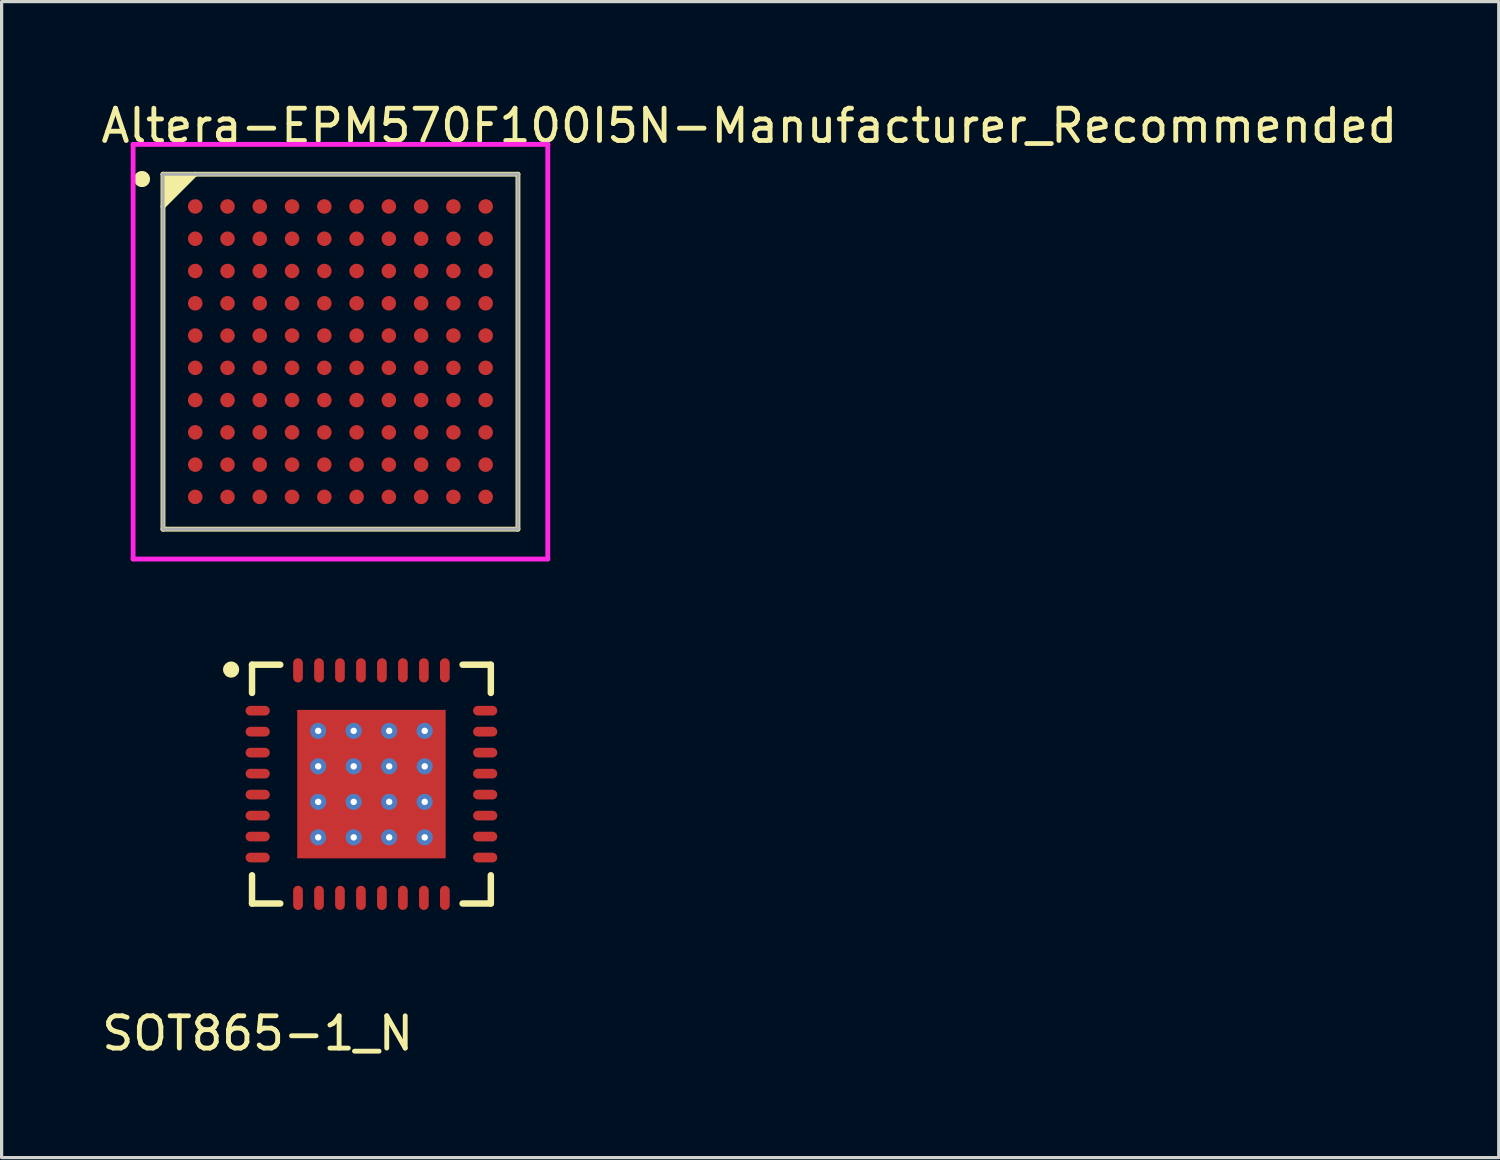
<source format=kicad_pcb>
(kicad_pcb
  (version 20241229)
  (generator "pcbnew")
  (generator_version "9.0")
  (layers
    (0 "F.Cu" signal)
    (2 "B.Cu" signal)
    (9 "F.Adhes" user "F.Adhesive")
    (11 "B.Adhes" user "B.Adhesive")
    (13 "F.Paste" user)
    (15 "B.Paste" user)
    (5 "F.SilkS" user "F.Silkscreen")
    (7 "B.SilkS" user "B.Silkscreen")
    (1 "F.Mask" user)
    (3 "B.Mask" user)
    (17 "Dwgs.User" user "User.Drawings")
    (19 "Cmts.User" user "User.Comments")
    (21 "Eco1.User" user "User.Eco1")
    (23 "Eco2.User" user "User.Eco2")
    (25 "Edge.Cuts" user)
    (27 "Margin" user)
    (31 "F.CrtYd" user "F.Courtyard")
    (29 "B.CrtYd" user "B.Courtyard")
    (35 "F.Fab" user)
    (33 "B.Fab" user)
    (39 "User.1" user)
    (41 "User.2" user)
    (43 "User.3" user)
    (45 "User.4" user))
  (footprint "SOT865-1_N"
    (layer "F.Cu")
    (at 4.935 18.973)
    (property "Reference" "SOT865-1_N" (at 0 10 0) (layer "F.SilkS") (effects (font (size 1 1) (thickness 0.15))))
    (attr through_hole)
    (fp_line (start -0.175 -1.425) (end 0.7 -1.425) (stroke (width 0.2) (type solid)) (layer "F.SilkS"))
    (fp_line (start -0.175 -0.55) (end -0.175 -1.425) (stroke (width 0.2) (type solid)) (layer "F.SilkS"))
    (fp_line (start -0.175 5.1) (end -0.175 5.975) (stroke (width 0.2) (type solid)) (layer "F.SilkS"))
    (fp_line (start -0.175 5.975) (end 0.7 5.975) (stroke (width 0.2) (type solid)) (layer "F.SilkS"))
    (fp_line (start 6.35 -1.425) (end 7.225 -1.425) (stroke (width 0.2) (type solid)) (layer "F.SilkS"))
    (fp_line (start 6.35 5.975) (end 7.225 5.975) (stroke (width 0.2) (type solid)) (layer "F.SilkS"))
    (fp_line (start 7.225 -1.425) (end 7.225 -0.55) (stroke (width 0.2) (type solid)) (layer "F.SilkS"))
    (fp_line (start 7.225 5.975) (end 7.225 5.1) (stroke (width 0.2) (type solid)) (layer "F.SilkS"))
    (fp_arc (start -0.699033 -1.273378) (mid -0.949029 -1.274648) (end -0.699033 -1.275918) (stroke (width 0.249999) (type solid)) (layer "F.SilkS"))
    (pad "1" smd oval (at -0.000025 -0.000076 90) (size 0.3 0.75) (layers "F.Cu" "F.Mask" "F.Paste"))
    (pad "2" smd oval (at -0.000025 0.65 90) (size 0.3 0.75) (layers "F.Cu" "F.Mask" "F.Paste"))
    (pad "3" smd oval (at -0.000025 1.3 90) (size 0.3 0.75) (layers "F.Cu" "F.Mask" "F.Paste"))
    (pad "4" smd oval (at -0.000025 1.95 90) (size 0.3 0.75) (layers "F.Cu" "F.Mask" "F.Paste"))
    (pad "5" smd oval (at -0.000025 2.6 90) (size 0.3 0.75) (layers "F.Cu" "F.Mask" "F.Paste"))
    (pad "6" smd oval (at -0.000025 3.25 90) (size 0.3 0.75) (layers "F.Cu" "F.Mask" "F.Paste"))
    (pad "7" smd oval (at -0.000025 3.9 90) (size 0.3 0.75) (layers "F.Cu" "F.Mask" "F.Paste"))
    (pad "8" smd oval (at -0.000025 4.55 90) (size 0.3 0.75) (layers "F.Cu" "F.Mask" "F.Paste"))
    (pad "9" smd oval (at 1.25 5.8) (size 0.3 0.75) (layers "F.Cu" "F.Mask" "F.Paste"))
    (pad "10" smd oval (at 1.9 5.8) (size 0.3 0.75) (layers "F.Cu" "F.Mask" "F.Paste"))
    (pad "11" smd oval (at 2.55 5.8) (size 0.3 0.75) (layers "F.Cu" "F.Mask" "F.Paste"))
    (pad "12" smd oval (at 3.2 5.8) (size 0.3 0.75) (layers "F.Cu" "F.Mask" "F.Paste"))
    (pad "13" smd oval (at 3.85 5.8) (size 0.3 0.75) (layers "F.Cu" "F.Mask" "F.Paste"))
    (pad "14" smd oval (at 4.5 5.8) (size 0.3 0.75) (layers "F.Cu" "F.Mask" "F.Paste"))
    (pad "15" smd oval (at 5.15 5.8) (size 0.3 0.75) (layers "F.Cu" "F.Mask" "F.Paste"))
    (pad "16" smd oval (at 5.8 5.8) (size 0.3 0.75) (layers "F.Cu" "F.Mask" "F.Paste"))
    (pad "17" smd oval (at 7.05 4.55 90) (size 0.3 0.75) (layers "F.Cu" "F.Mask" "F.Paste"))
    (pad "18" smd oval (at 7.05 3.9 90) (size 0.3 0.75) (layers "F.Cu" "F.Mask" "F.Paste"))
    (pad "19" smd oval (at 7.05 3.25 90) (size 0.3 0.75) (layers "F.Cu" "F.Mask" "F.Paste"))
    (pad "20" smd oval (at 7.05 2.6 90) (size 0.3 0.75) (layers "F.Cu" "F.Mask" "F.Paste"))
    (pad "21" smd oval (at 7.05 1.95 90) (size 0.3 0.75) (layers "F.Cu" "F.Mask" "F.Paste"))
    (pad "22" smd oval (at 7.05 1.3 90) (size 0.3 0.75) (layers "F.Cu" "F.Mask" "F.Paste"))
    (pad "23" smd oval (at 7.05 0.65 90) (size 0.3 0.75) (layers "F.Cu" "F.Mask" "F.Paste"))
    (pad "24" smd oval (at 7.05 -0.000076 90) (size 0.3 0.75) (layers "F.Cu" "F.Mask" "F.Paste"))
    (pad "25" smd oval (at 5.8 -1.25) (size 0.3 0.75) (layers "F.Cu" "F.Mask" "F.Paste"))
    (pad "26" smd oval (at 5.15 -1.25) (size 0.3 0.75) (layers "F.Cu" "F.Mask" "F.Paste"))
    (pad "27" smd oval (at 4.5 -1.25) (size 0.3 0.75) (layers "F.Cu" "F.Mask" "F.Paste"))
    (pad "28" smd oval (at 3.85 -1.25) (size 0.3 0.75) (layers "F.Cu" "F.Mask" "F.Paste"))
    (pad "29" smd oval (at 3.2 -1.25) (size 0.3 0.75) (layers "F.Cu" "F.Mask" "F.Paste"))
    (pad "30" smd oval (at 2.55 -1.25) (size 0.3 0.75) (layers "F.Cu" "F.Mask" "F.Paste"))
    (pad "31" smd oval (at 1.9 -1.25) (size 0.3 0.75) (layers "F.Cu" "F.Mask" "F.Paste"))
    (pad "32" smd oval (at 1.25 -1.25) (size 0.3 0.75) (layers "F.Cu" "F.Mask" "F.Paste"))
    (pad "33" thru_hole circle (at 1.875 0.625) (size 0.5 0.5) (drill 0.2) (layers "*.Cu"))
    (pad "33" thru_hole circle (at 1.875 1.725) (size 0.5 0.5) (drill 0.2) (layers "*.Cu"))
    (pad "33" thru_hole circle (at 1.875 2.825) (size 0.5 0.5) (drill 0.2) (layers "*.Cu"))
    (pad "33" thru_hole circle (at 1.875 3.925) (size 0.5 0.5) (drill 0.2) (layers "*.Cu"))
    (pad "33" thru_hole circle (at 2.975 0.625) (size 0.5 0.5) (drill 0.2) (layers "*.Cu"))
    (pad "33" thru_hole circle (at 2.975 1.725) (size 0.5 0.5) (drill 0.2) (layers "*.Cu"))
    (pad "33" thru_hole circle (at 2.975 2.825) (size 0.5 0.5) (drill 0.2) (layers "*.Cu"))
    (pad "33" thru_hole circle (at 2.975 3.925) (size 0.5 0.5) (drill 0.2) (layers "*.Cu"))
    (pad "33" smd rect (at 3.525 2.275) (size 4.6 4.6) (layers "F.Cu" "F.Mask" "F.Paste"))
    (pad "33" thru_hole circle (at 4.075 0.625) (size 0.5 0.5) (drill 0.2) (layers "*.Cu"))
    (pad "33" thru_hole circle (at 4.075 1.725) (size 0.5 0.5) (drill 0.2) (layers "*.Cu"))
    (pad "33" thru_hole circle (at 4.075 2.825) (size 0.5 0.5) (drill 0.2) (layers "*.Cu"))
    (pad "33" thru_hole circle (at 4.075 3.925) (size 0.5 0.5) (drill 0.2) (layers "*.Cu"))
    (pad "33" thru_hole circle (at 5.175 0.625) (size 0.5 0.5) (drill 0.2) (layers "*.Cu"))
    (pad "33" thru_hole circle (at 5.175 1.725) (size 0.5 0.5) (drill 0.2) (layers "*.Cu"))
    (pad "33" thru_hole circle (at 5.175 2.825) (size 0.5 0.5) (drill 0.2) (layers "*.Cu"))
    (pad "33" thru_hole circle (at 5.175 3.925) (size 0.5 0.5) (drill 0.2) (layers "*.Cu")))
  (footprint "Altera-EPM570F100I5N-Manufacturer_Recommended"
    (layer "F.Cu")
    (at 7.5 7.848)
    (property "Reference" "Altera-EPM570F100I5N-Manufacturer_Recommended" (at -7.5 -7 0) (layer "F.SilkS") (effects (font (size 1 1) (thickness 0.15)) (justify left)))
    (attr through_hole)
    (fp_line (start -5.5 -5.5) (end 5.5 -5.5) (stroke (width 0.15) (type solid)) (layer "F.SilkS"))
    (fp_line (start -5.5 -4.5) (end -4.5 -5.5) (stroke (width 0.15) (type solid)) (layer "F.SilkS"))
    (fp_line (start -5.5 5.5) (end -5.5 -5.5) (stroke (width 0.15) (type solid)) (layer "F.SilkS"))
    (fp_line (start -5.5 5.5) (end 5.5 5.5) (stroke (width 0.15) (type solid)) (layer "F.SilkS"))
    (fp_line (start 5.5 5.5) (end 5.5 -5.5) (stroke (width 0.15) (type solid)) (layer "F.SilkS"))
    (fp_circle (center -6.15 -5.35) (end -6.025 -5.35) (stroke (width 0.25) (type solid)) (fill no) (layer "F.SilkS"))
    (fp_poly (pts (xy -4.5 -5.5) (xy -5.5 -4.5) (xy -5.5 -5.5)) (stroke (width 0) (type solid)) (fill yes) (layer "F.SilkS"))
    (fp_line (start -6.425 -6.425) (end -6.425 6.425) (stroke (width 0.15) (type solid)) (layer "F.CrtYd"))
    (fp_line (start -6.425 6.425) (end 6.425 6.425) (stroke (width 0.15) (type solid)) (layer "F.CrtYd"))
    (fp_line (start 6.425 -6.425) (end -6.425 -6.425) (stroke (width 0.15) (type solid)) (layer "F.CrtYd"))
    (fp_line (start 6.425 -6.425) (end 6.425 -6.425) (stroke (width 0.15) (type solid)) (layer "F.CrtYd"))
    (fp_line (start 6.425 6.425) (end 6.425 -6.425) (stroke (width 0.15) (type solid)) (layer "F.CrtYd"))
    (fp_line (start -5.5 -5.5) (end 5.5 -5.5) (stroke (width 0.1) (type solid)) (layer "F.Fab"))
    (fp_line (start -5.5 5.5) (end -5.5 -5.5) (stroke (width 0.1) (type solid)) (layer "F.Fab"))
    (fp_line (start -5.5 5.5) (end 5.5 5.5) (stroke (width 0.1) (type solid)) (layer "F.Fab"))
    (fp_line (start 5.5 5.5) (end 5.5 -5.5) (stroke (width 0.1) (type solid)) (layer "F.Fab"))
    (pad "A1" smd circle (at -4.5 -4.5) (size 0.45 0.45) (layers "F.Cu" "F.Mask" "F.Paste"))
    (pad "A2" smd circle (at -3.5 -4.5) (size 0.45 0.45) (layers "F.Cu" "F.Mask" "F.Paste"))
    (pad "A3" smd circle (at -2.5 -4.5) (size 0.45 0.45) (layers "F.Cu" "F.Mask" "F.Paste"))
    (pad "A4" smd circle (at -1.5 -4.5) (size 0.45 0.45) (layers "F.Cu" "F.Mask" "F.Paste"))
    (pad "A5" smd circle (at -0.5 -4.5) (size 0.45 0.45) (layers "F.Cu" "F.Mask" "F.Paste"))
    (pad "A6" smd circle (at 0.5 -4.5) (size 0.45 0.45) (layers "F.Cu" "F.Mask" "F.Paste"))
    (pad "A7" smd circle (at 1.5 -4.5) (size 0.45 0.45) (layers "F.Cu" "F.Mask" "F.Paste"))
    (pad "A8" smd circle (at 2.5 -4.5) (size 0.45 0.45) (layers "F.Cu" "F.Mask" "F.Paste"))
    (pad "A9" smd circle (at 3.5 -4.5) (size 0.45 0.45) (layers "F.Cu" "F.Mask" "F.Paste"))
    (pad "A10" smd circle (at 4.5 -4.5) (size 0.45 0.45) (layers "F.Cu" "F.Mask" "F.Paste"))
    (pad "B1" smd circle (at -4.5 -3.5) (size 0.45 0.45) (layers "F.Cu" "F.Mask" "F.Paste"))
    (pad "B2" smd circle (at -3.5 -3.5) (size 0.45 0.45) (layers "F.Cu" "F.Mask" "F.Paste"))
    (pad "B3" smd circle (at -2.5 -3.5) (size 0.45 0.45) (layers "F.Cu" "F.Mask" "F.Paste"))
    (pad "B4" smd circle (at -1.5 -3.5) (size 0.45 0.45) (layers "F.Cu" "F.Mask" "F.Paste"))
    (pad "B5" smd circle (at -0.5 -3.5) (size 0.45 0.45) (layers "F.Cu" "F.Mask" "F.Paste"))
    (pad "B6" smd circle (at 0.5 -3.5) (size 0.45 0.45) (layers "F.Cu" "F.Mask" "F.Paste"))
    (pad "B7" smd circle (at 1.5 -3.5) (size 0.45 0.45) (layers "F.Cu" "F.Mask" "F.Paste"))
    (pad "B8" smd circle (at 2.5 -3.5) (size 0.45 0.45) (layers "F.Cu" "F.Mask" "F.Paste"))
    (pad "B9" smd circle (at 3.5 -3.5) (size 0.45 0.45) (layers "F.Cu" "F.Mask" "F.Paste"))
    (pad "B10" smd circle (at 4.5 -3.5) (size 0.45 0.45) (layers "F.Cu" "F.Mask" "F.Paste"))
    (pad "C1" smd circle (at -4.5 -2.5) (size 0.45 0.45) (layers "F.Cu" "F.Mask" "F.Paste"))
    (pad "C2" smd circle (at -3.5 -2.5) (size 0.45 0.45) (layers "F.Cu" "F.Mask" "F.Paste"))
    (pad "C3" smd circle (at -2.5 -2.5) (size 0.45 0.45) (layers "F.Cu" "F.Mask" "F.Paste"))
    (pad "C4" smd circle (at -1.5 -2.5) (size 0.45 0.45) (layers "F.Cu" "F.Mask" "F.Paste"))
    (pad "C5" smd circle (at -0.5 -2.5) (size 0.45 0.45) (layers "F.Cu" "F.Mask" "F.Paste"))
    (pad "C6" smd circle (at 0.5 -2.5) (size 0.45 0.45) (layers "F.Cu" "F.Mask" "F.Paste"))
    (pad "C7" smd circle (at 1.5 -2.5) (size 0.45 0.45) (layers "F.Cu" "F.Mask" "F.Paste"))
    (pad "C8" smd circle (at 2.5 -2.5) (size 0.45 0.45) (layers "F.Cu" "F.Mask" "F.Paste"))
    (pad "C9" smd circle (at 3.5 -2.5) (size 0.45 0.45) (layers "F.Cu" "F.Mask" "F.Paste"))
    (pad "C10" smd circle (at 4.5 -2.5) (size 0.45 0.45) (layers "F.Cu" "F.Mask" "F.Paste"))
    (pad "D1" smd circle (at -4.5 -1.5) (size 0.45 0.45) (layers "F.Cu" "F.Mask" "F.Paste"))
    (pad "D2" smd circle (at -3.5 -1.5) (size 0.45 0.45) (layers "F.Cu" "F.Mask" "F.Paste"))
    (pad "D3" smd circle (at -2.5 -1.5) (size 0.45 0.45) (layers "F.Cu" "F.Mask" "F.Paste"))
    (pad "D4" smd circle (at -1.5 -1.5) (size 0.45 0.45) (layers "F.Cu" "F.Mask" "F.Paste"))
    (pad "D5" smd circle (at -0.5 -1.5) (size 0.45 0.45) (layers "F.Cu" "F.Mask" "F.Paste"))
    (pad "D6" smd circle (at 0.5 -1.5) (size 0.45 0.45) (layers "F.Cu" "F.Mask" "F.Paste"))
    (pad "D7" smd circle (at 1.5 -1.5) (size 0.45 0.45) (layers "F.Cu" "F.Mask" "F.Paste"))
    (pad "D8" smd circle (at 2.5 -1.5) (size 0.45 0.45) (layers "F.Cu" "F.Mask" "F.Paste"))
    (pad "D9" smd circle (at 3.5 -1.5) (size 0.45 0.45) (layers "F.Cu" "F.Mask" "F.Paste"))
    (pad "D10" smd circle (at 4.5 -1.5) (size 0.45 0.45) (layers "F.Cu" "F.Mask" "F.Paste"))
    (pad "E1" smd circle (at -4.5 -0.5) (size 0.45 0.45) (layers "F.Cu" "F.Mask" "F.Paste"))
    (pad "E2" smd circle (at -3.5 -0.5) (size 0.45 0.45) (layers "F.Cu" "F.Mask" "F.Paste"))
    (pad "E3" smd circle (at -2.5 -0.5) (size 0.45 0.45) (layers "F.Cu" "F.Mask" "F.Paste"))
    (pad "E4" smd circle (at -1.5 -0.5) (size 0.45 0.45) (layers "F.Cu" "F.Mask" "F.Paste"))
    (pad "E5" smd circle (at -0.5 -0.5) (size 0.45 0.45) (layers "F.Cu" "F.Mask" "F.Paste"))
    (pad "E6" smd circle (at 0.5 -0.5) (size 0.45 0.45) (layers "F.Cu" "F.Mask" "F.Paste"))
    (pad "E7" smd circle (at 1.5 -0.5) (size 0.45 0.45) (layers "F.Cu" "F.Mask" "F.Paste"))
    (pad "E8" smd circle (at 2.5 -0.5) (size 0.45 0.45) (layers "F.Cu" "F.Mask" "F.Paste"))
    (pad "E9" smd circle (at 3.5 -0.5) (size 0.45 0.45) (layers "F.Cu" "F.Mask" "F.Paste"))
    (pad "E10" smd circle (at 4.5 -0.5) (size 0.45 0.45) (layers "F.Cu" "F.Mask" "F.Paste"))
    (pad "F1" smd circle (at -4.5 0.5) (size 0.45 0.45) (layers "F.Cu" "F.Mask" "F.Paste"))
    (pad "F2" smd circle (at -3.5 0.5) (size 0.45 0.45) (layers "F.Cu" "F.Mask" "F.Paste"))
    (pad "F3" smd circle (at -2.5 0.5) (size 0.45 0.45) (layers "F.Cu" "F.Mask" "F.Paste"))
    (pad "F4" smd circle (at -1.5 0.5) (size 0.45 0.45) (layers "F.Cu" "F.Mask" "F.Paste"))
    (pad "F5" smd circle (at -0.5 0.5) (size 0.45 0.45) (layers "F.Cu" "F.Mask" "F.Paste"))
    (pad "F6" smd circle (at 0.5 0.5) (size 0.45 0.45) (layers "F.Cu" "F.Mask" "F.Paste"))
    (pad "F7" smd circle (at 1.5 0.5) (size 0.45 0.45) (layers "F.Cu" "F.Mask" "F.Paste"))
    (pad "F8" smd circle (at 2.5 0.5) (size 0.45 0.45) (layers "F.Cu" "F.Mask" "F.Paste"))
    (pad "F9" smd circle (at 3.5 0.5) (size 0.45 0.45) (layers "F.Cu" "F.Mask" "F.Paste"))
    (pad "F10" smd circle (at 4.5 0.5) (size 0.45 0.45) (layers "F.Cu" "F.Mask" "F.Paste"))
    (pad "G1" smd circle (at -4.5 1.5) (size 0.45 0.45) (layers "F.Cu" "F.Mask" "F.Paste"))
    (pad "G2" smd circle (at -3.5 1.5) (size 0.45 0.45) (layers "F.Cu" "F.Mask" "F.Paste"))
    (pad "G3" smd circle (at -2.5 1.5) (size 0.45 0.45) (layers "F.Cu" "F.Mask" "F.Paste"))
    (pad "G4" smd circle (at -1.5 1.5) (size 0.45 0.45) (layers "F.Cu" "F.Mask" "F.Paste"))
    (pad "G5" smd circle (at -0.5 1.5) (size 0.45 0.45) (layers "F.Cu" "F.Mask" "F.Paste"))
    (pad "G6" smd circle (at 0.5 1.5) (size 0.45 0.45) (layers "F.Cu" "F.Mask" "F.Paste"))
    (pad "G7" smd circle (at 1.5 1.5) (size 0.45 0.45) (layers "F.Cu" "F.Mask" "F.Paste"))
    (pad "G8" smd circle (at 2.5 1.5) (size 0.45 0.45) (layers "F.Cu" "F.Mask" "F.Paste"))
    (pad "G9" smd circle (at 3.5 1.5) (size 0.45 0.45) (layers "F.Cu" "F.Mask" "F.Paste"))
    (pad "G10" smd circle (at 4.5 1.5) (size 0.45 0.45) (layers "F.Cu" "F.Mask" "F.Paste"))
    (pad "H1" smd circle (at -4.5 2.5) (size 0.45 0.45) (layers "F.Cu" "F.Mask" "F.Paste"))
    (pad "H2" smd circle (at -3.5 2.5) (size 0.45 0.45) (layers "F.Cu" "F.Mask" "F.Paste"))
    (pad "H3" smd circle (at -2.5 2.5) (size 0.45 0.45) (layers "F.Cu" "F.Mask" "F.Paste"))
    (pad "H4" smd circle (at -1.5 2.5) (size 0.45 0.45) (layers "F.Cu" "F.Mask" "F.Paste"))
    (pad "H5" smd circle (at -0.5 2.5) (size 0.45 0.45) (layers "F.Cu" "F.Mask" "F.Paste"))
    (pad "H6" smd circle (at 0.5 2.5) (size 0.45 0.45) (layers "F.Cu" "F.Mask" "F.Paste"))
    (pad "H7" smd circle (at 1.5 2.5) (size 0.45 0.45) (layers "F.Cu" "F.Mask" "F.Paste"))
    (pad "H8" smd circle (at 2.5 2.5) (size 0.45 0.45) (layers "F.Cu" "F.Mask" "F.Paste"))
    (pad "H9" smd circle (at 3.5 2.5) (size 0.45 0.45) (layers "F.Cu" "F.Mask" "F.Paste"))
    (pad "H10" smd circle (at 4.5 2.5) (size 0.45 0.45) (layers "F.Cu" "F.Mask" "F.Paste"))
    (pad "J1" smd circle (at -4.5 3.5) (size 0.45 0.45) (layers "F.Cu" "F.Mask" "F.Paste"))
    (pad "J2" smd circle (at -3.5 3.5) (size 0.45 0.45) (layers "F.Cu" "F.Mask" "F.Paste"))
    (pad "J3" smd circle (at -2.5 3.5) (size 0.45 0.45) (layers "F.Cu" "F.Mask" "F.Paste"))
    (pad "J4" smd circle (at -1.5 3.5) (size 0.45 0.45) (layers "F.Cu" "F.Mask" "F.Paste"))
    (pad "J5" smd circle (at -0.5 3.5) (size 0.45 0.45) (layers "F.Cu" "F.Mask" "F.Paste"))
    (pad "J6" smd circle (at 0.5 3.5) (size 0.45 0.45) (layers "F.Cu" "F.Mask" "F.Paste"))
    (pad "J7" smd circle (at 1.5 3.5) (size 0.45 0.45) (layers "F.Cu" "F.Mask" "F.Paste"))
    (pad "J8" smd circle (at 2.5 3.5) (size 0.45 0.45) (layers "F.Cu" "F.Mask" "F.Paste"))
    (pad "J9" smd circle (at 3.5 3.5) (size 0.45 0.45) (layers "F.Cu" "F.Mask" "F.Paste"))
    (pad "J10" smd circle (at 4.5 3.5) (size 0.45 0.45) (layers "F.Cu" "F.Mask" "F.Paste"))
    (pad "K1" smd circle (at -4.5 4.5) (size 0.45 0.45) (layers "F.Cu" "F.Mask" "F.Paste"))
    (pad "K2" smd circle (at -3.5 4.5) (size 0.45 0.45) (layers "F.Cu" "F.Mask" "F.Paste"))
    (pad "K3" smd circle (at -2.5 4.5) (size 0.45 0.45) (layers "F.Cu" "F.Mask" "F.Paste"))
    (pad "K4" smd circle (at -1.5 4.5) (size 0.45 0.45) (layers "F.Cu" "F.Mask" "F.Paste"))
    (pad "K5" smd circle (at -0.5 4.5) (size 0.45 0.45) (layers "F.Cu" "F.Mask" "F.Paste"))
    (pad "K6" smd circle (at 0.5 4.5) (size 0.45 0.45) (layers "F.Cu" "F.Mask" "F.Paste"))
    (pad "K7" smd circle (at 1.5 4.5) (size 0.45 0.45) (layers "F.Cu" "F.Mask" "F.Paste"))
    (pad "K8" smd circle (at 2.5 4.5) (size 0.45 0.45) (layers "F.Cu" "F.Mask" "F.Paste"))
    (pad "K9" smd circle (at 3.5 4.5) (size 0.45 0.45) (layers "F.Cu" "F.Mask" "F.Paste"))
    (pad "K10" smd circle (at 4.5 4.5) (size 0.45 0.45) (layers "F.Cu" "F.Mask" "F.Paste")))
  (gr_rect
    (start -3 -3)
    (end 43.393 32.822)
    (stroke (width 0.1) (type default))
    (fill no)
    (layer "Edge.Cuts")))
</source>
